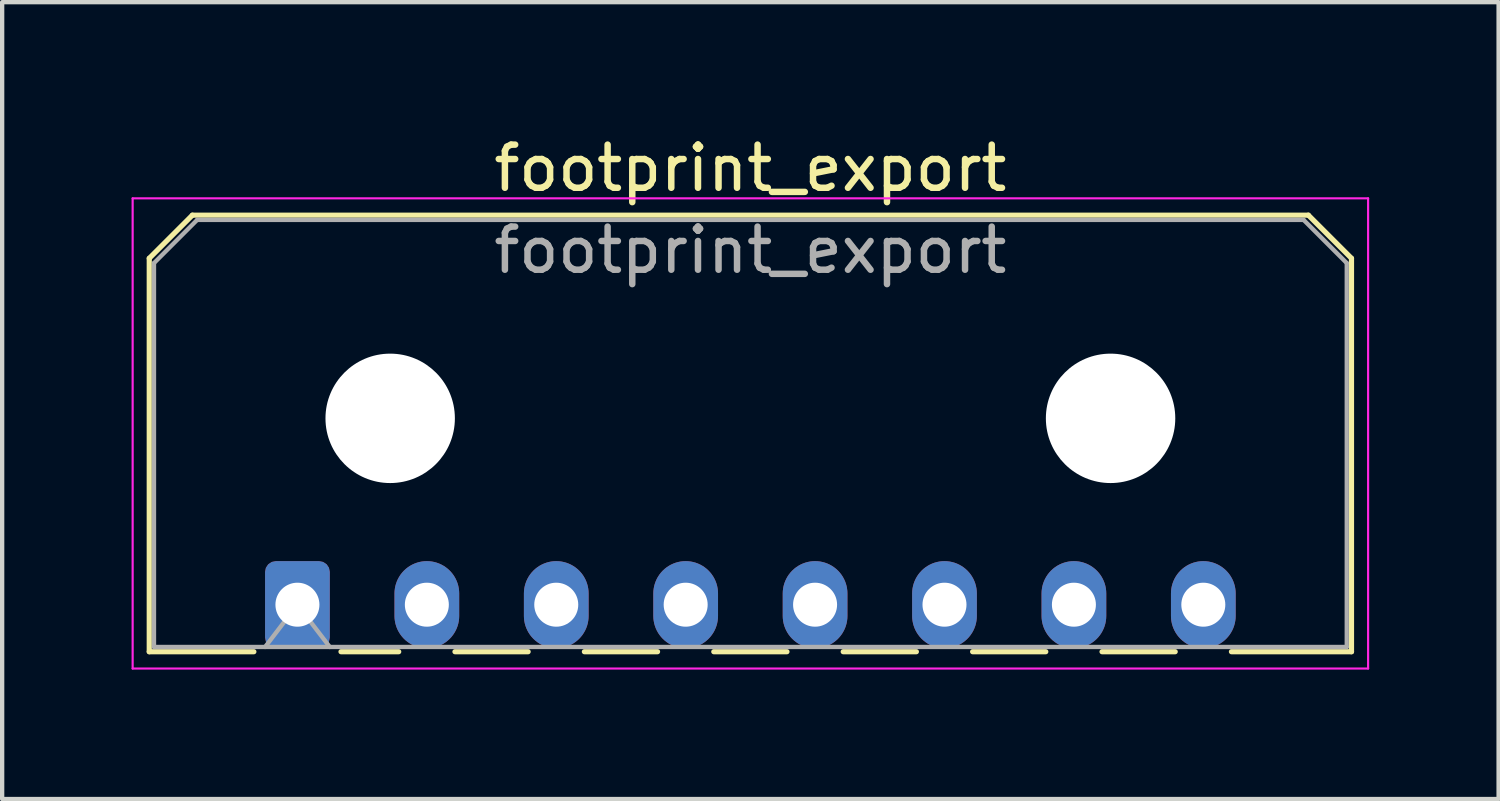
<source format=kicad_pcb>
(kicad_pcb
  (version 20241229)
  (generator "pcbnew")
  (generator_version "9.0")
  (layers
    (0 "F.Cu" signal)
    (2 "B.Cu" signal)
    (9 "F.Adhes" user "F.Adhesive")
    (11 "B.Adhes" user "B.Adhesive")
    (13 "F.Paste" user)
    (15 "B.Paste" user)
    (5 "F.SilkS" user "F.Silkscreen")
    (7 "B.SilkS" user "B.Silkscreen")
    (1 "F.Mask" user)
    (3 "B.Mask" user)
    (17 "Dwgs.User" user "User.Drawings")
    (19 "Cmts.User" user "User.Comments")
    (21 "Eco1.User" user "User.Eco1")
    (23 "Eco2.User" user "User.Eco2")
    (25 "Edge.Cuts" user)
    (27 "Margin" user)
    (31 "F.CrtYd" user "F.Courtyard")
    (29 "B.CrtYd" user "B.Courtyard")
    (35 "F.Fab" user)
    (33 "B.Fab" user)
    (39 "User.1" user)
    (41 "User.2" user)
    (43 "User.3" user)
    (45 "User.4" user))
  (footprint "footprint_export"
    (layer "F.Cu")
    (at 3.845 10.968)
    (property "Reference" "footprint_export" (at 10.5 -10.12 0) (layer "F.SilkS") (effects (font (size 1 1) (thickness 0.15))))
    (attr through_hole)
    (fp_line (start -3.435 -8.03) (end -2.435 -9.03) (stroke (width 0.12) (type solid)) (layer "F.SilkS"))
    (fp_line (start -3.435 1.09) (end -3.435 -8.03) (stroke (width 0.12) (type solid)) (layer "F.SilkS"))
    (fp_line (start -3.435 1.09) (end -1.01 1.09) (stroke (width 0.12) (type solid)) (layer "F.SilkS"))
    (fp_line (start -2.435 -9.03) (end 23.435 -9.03) (stroke (width 0.12) (type solid)) (layer "F.SilkS"))
    (fp_line (start 1.01 1.09) (end 2.348 1.09) (stroke (width 0.12) (type solid)) (layer "F.SilkS"))
    (fp_line (start 3.652 1.09) (end 5.348 1.09) (stroke (width 0.12) (type solid)) (layer "F.SilkS"))
    (fp_line (start 6.652 1.09) (end 8.348 1.09) (stroke (width 0.12) (type solid)) (layer "F.SilkS"))
    (fp_line (start 9.652 1.09) (end 11.348 1.09) (stroke (width 0.12) (type solid)) (layer "F.SilkS"))
    (fp_line (start 12.652 1.09) (end 14.348 1.09) (stroke (width 0.12) (type solid)) (layer "F.SilkS"))
    (fp_line (start 15.652 1.09) (end 17.348 1.09) (stroke (width 0.12) (type solid)) (layer "F.SilkS"))
    (fp_line (start 18.652 1.09) (end 20.348 1.09) (stroke (width 0.12) (type solid)) (layer "F.SilkS"))
    (fp_line (start 23.435 -9.03) (end 24.435 -8.03) (stroke (width 0.12) (type solid)) (layer "F.SilkS"))
    (fp_line (start 24.435 -8.03) (end 24.435 1.09) (stroke (width 0.12) (type solid)) (layer "F.SilkS"))
    (fp_line (start 24.435 1.09) (end 21.652 1.09) (stroke (width 0.12) (type solid)) (layer "F.SilkS"))
    (fp_line (start -3.82 -9.42) (end 24.82 -9.42) (stroke (width 0.05) (type solid)) (layer "F.CrtYd"))
    (fp_line (start -3.82 1.48) (end -3.82 -9.42) (stroke (width 0.05) (type solid)) (layer "F.CrtYd"))
    (fp_line (start 24.82 -9.42) (end 24.82 1.48) (stroke (width 0.05) (type solid)) (layer "F.CrtYd"))
    (fp_line (start 24.82 1.48) (end -3.82 1.48) (stroke (width 0.05) (type solid)) (layer "F.CrtYd"))
    (fp_line (start -3.325 -7.92) (end -2.325 -8.92) (stroke (width 0.1) (type solid)) (layer "F.Fab"))
    (fp_line (start -3.325 0.98) (end -3.325 -7.92) (stroke (width 0.1) (type solid)) (layer "F.Fab"))
    (fp_line (start -2.325 -8.92) (end 23.325 -8.92) (stroke (width 0.1) (type solid)) (layer "F.Fab"))
    (fp_line (start -0.75 0.98) (end 0 0) (stroke (width 0.1) (type solid)) (layer "F.Fab"))
    (fp_line (start 0 0) (end 0.75 0.98) (stroke (width 0.1) (type solid)) (layer "F.Fab"))
    (fp_line (start 23.325 -8.92) (end 24.325 -7.92) (stroke (width 0.1) (type solid)) (layer "F.Fab"))
    (fp_line (start 24.325 -7.92) (end 24.325 0.98) (stroke (width 0.1) (type solid)) (layer "F.Fab"))
    (fp_line (start 24.325 0.98) (end -3.325 0.98) (stroke (width 0.1) (type solid)) (layer "F.Fab"))
    (fp_text user "${REFERENCE}" (at 10.5 -8.22 0) (layer "F.Fab") (effects (font (size 1 1) (thickness 0.15))))
    (pad "" np_thru_hole circle (at 2.15 -4.32) (size 3 3) (drill 3) (layers "*.Cu" "*.Mask"))
    (pad "" np_thru_hole circle (at 18.85 -4.32) (size 3 3) (drill 3) (layers "*.Cu" "*.Mask"))
    (pad "1" thru_hole roundrect (at 0 0) (size 1.5 2.02) (drill 1.02) (layers "*.Cu" "*.Mask") (roundrect_rratio 0.167))
    (pad "2" thru_hole oval (at 3 0) (size 1.5 2.02) (drill 1.02) (layers "*.Cu" "*.Mask"))
    (pad "3" thru_hole oval (at 6 0) (size 1.5 2.02) (drill 1.02) (layers "*.Cu" "*.Mask"))
    (pad "4" thru_hole oval (at 9 0) (size 1.5 2.02) (drill 1.02) (layers "*.Cu" "*.Mask"))
    (pad "5" thru_hole oval (at 12 0) (size 1.5 2.02) (drill 1.02) (layers "*.Cu" "*.Mask"))
    (pad "6" thru_hole oval (at 15 0) (size 1.5 2.02) (drill 1.02) (layers "*.Cu" "*.Mask"))
    (pad "7" thru_hole oval (at 18 0) (size 1.5 2.02) (drill 1.02) (layers "*.Cu" "*.Mask"))
    (pad "8" thru_hole oval (at 21 0) (size 1.5 2.02) (drill 1.02) (layers "*.Cu" "*.Mask")))
  (gr_rect
    (start -3 -3)
    (end 31.69 15.473)
    (stroke (width 0.1) (type default))
    (fill no)
    (layer "Edge.Cuts")))
</source>
